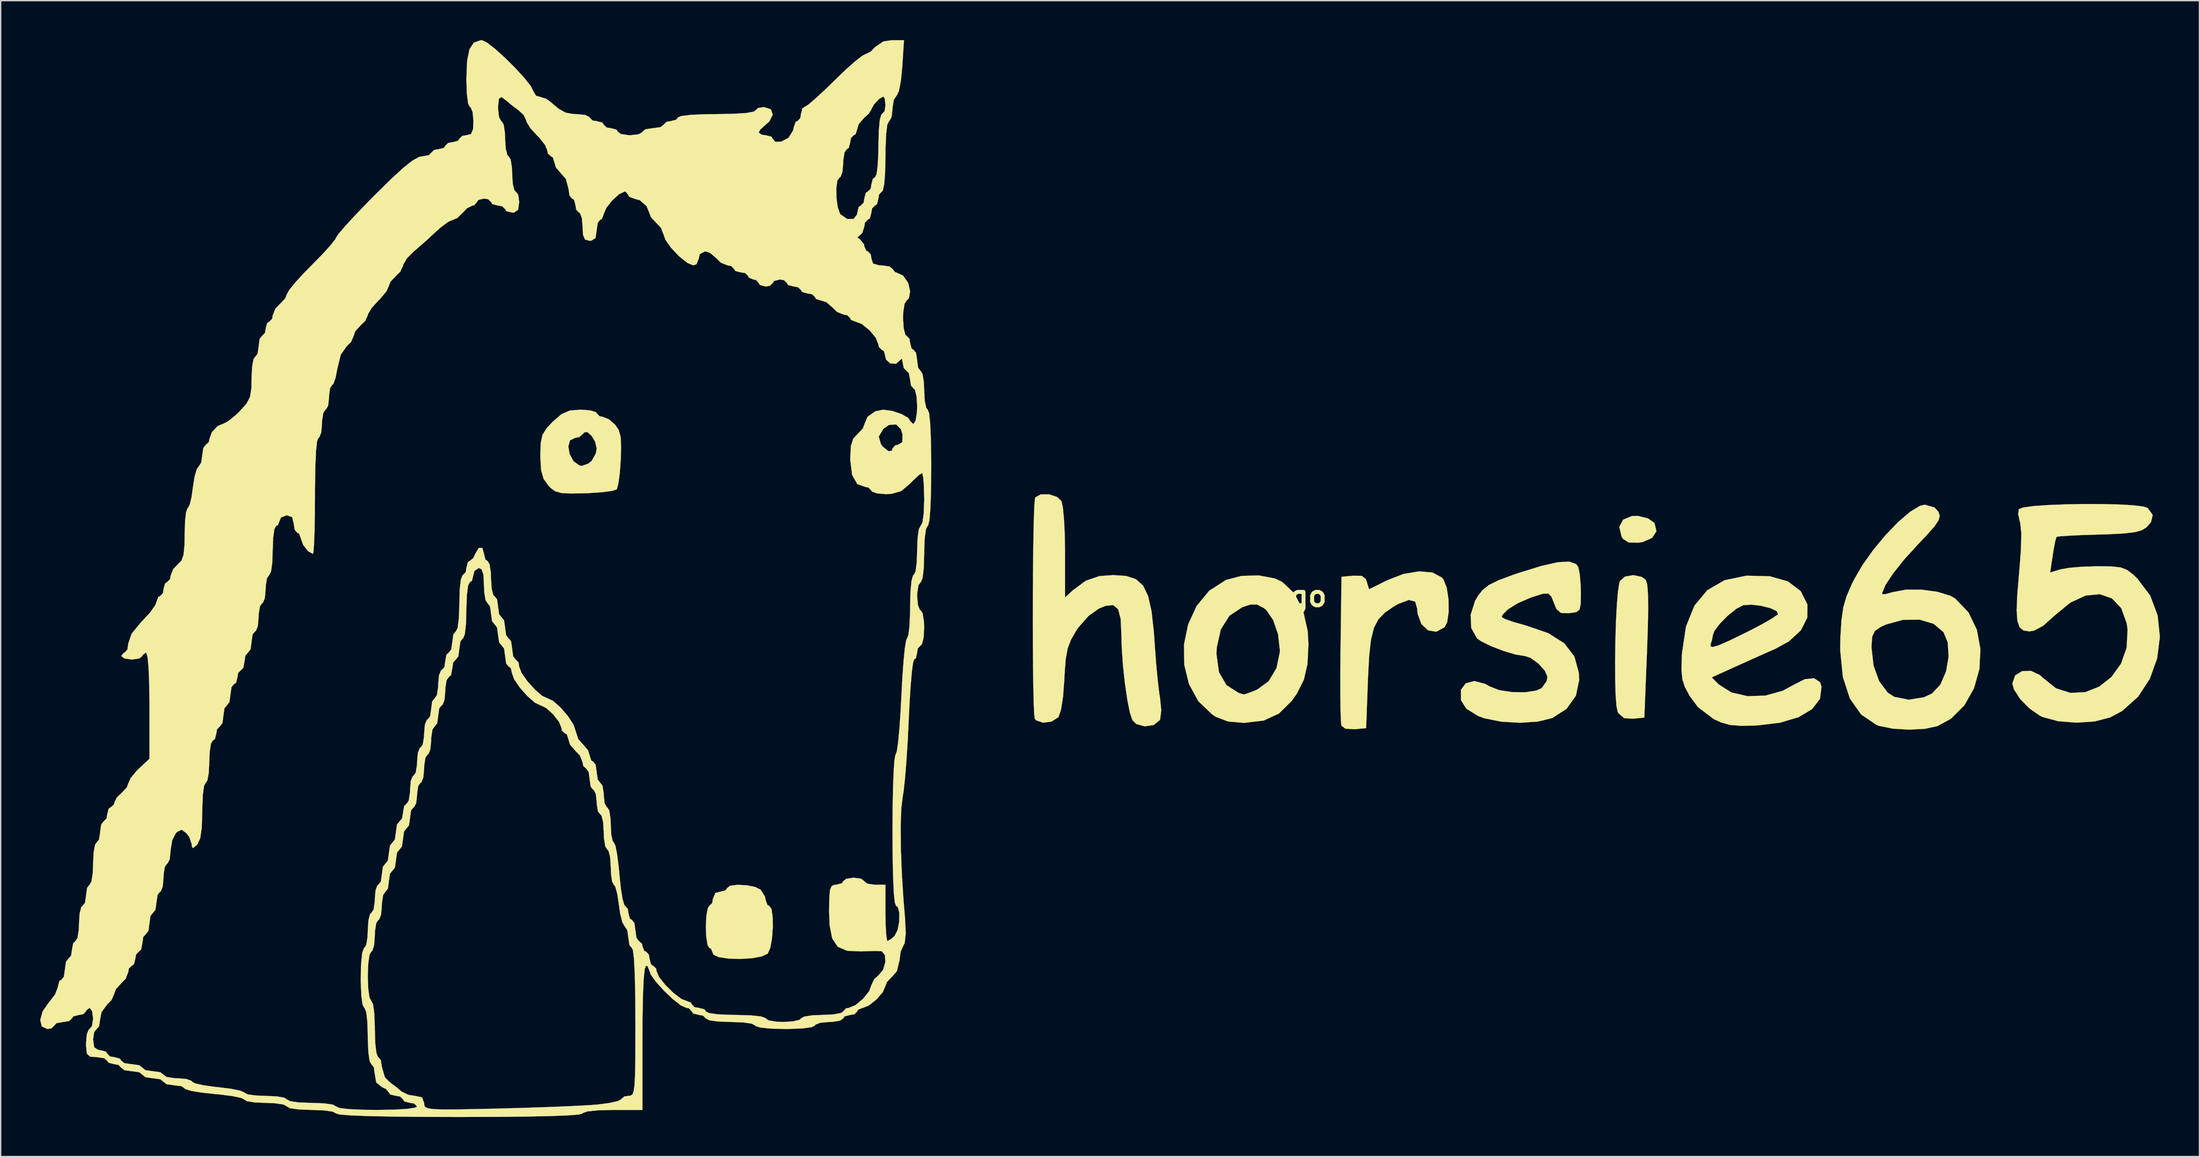
<source format=kicad_pcb>
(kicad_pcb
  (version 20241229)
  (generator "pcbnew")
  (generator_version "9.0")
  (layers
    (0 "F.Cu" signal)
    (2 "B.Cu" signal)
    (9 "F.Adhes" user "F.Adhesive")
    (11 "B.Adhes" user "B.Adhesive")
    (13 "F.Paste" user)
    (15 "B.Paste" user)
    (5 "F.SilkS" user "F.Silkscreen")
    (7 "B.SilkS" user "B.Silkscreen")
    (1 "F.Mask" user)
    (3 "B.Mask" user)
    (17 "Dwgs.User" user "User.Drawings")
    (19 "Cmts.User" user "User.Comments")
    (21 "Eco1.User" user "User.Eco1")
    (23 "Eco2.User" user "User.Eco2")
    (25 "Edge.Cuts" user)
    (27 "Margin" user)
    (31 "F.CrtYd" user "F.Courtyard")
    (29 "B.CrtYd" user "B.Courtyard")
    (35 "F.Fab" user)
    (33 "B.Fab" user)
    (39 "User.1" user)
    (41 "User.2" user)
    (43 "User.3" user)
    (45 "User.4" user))
  (footprint "logo"
    (layer "F.Cu")
    (at 95.191 42.249)
    (property "Reference" "logo" (at 0 0 0) (layer "F.SilkS") (effects (font (size 1.524 1.524) (thickness 0.3))))
    (attr through_hole)
    (fp_poly (pts (xy 26.889 -5.909) (xy 27.373 -5.555) (xy 27.377 -5.548) (xy 27.52 -4.937) (xy 27.198 -4.432) (xy 26.483 -4.115) (xy 26.126 -4.062) (xy 25.397 -4.084) (xy 24.981 -4.359) (xy 24.873 -4.53) (xy 24.701 -5.261) (xy 24.984 -5.81) (xy 25.652 -6.089) (xy 26.126 -6.098) (xy 26.889 -5.909)) (stroke (width 0.01) (type solid)) (fill yes) (layer "F.SilkS"))
    (fp_poly (pts (xy 26.395 -1.469) (xy 26.706 -1.241) (xy 26.816 -0.912) (xy 26.878 -0.218) (xy 26.895 0.884) (xy 26.866 2.437) (xy 26.805 4.174) (xy 26.603 9.224) (xy 25.752 9.307) (xy 25.064 9.266) (xy 24.649 8.907) (xy 24.577 8.784) (xy 24.483 8.329) (xy 24.42 7.454) (xy 24.387 6.27) (xy 24.382 4.889) (xy 24.402 3.425) (xy 24.446 1.989) (xy 24.513 0.695) (xy 24.599 -0.346) (xy 24.705 -1.021) (xy 24.74 -1.136) (xy 25.124 -1.486) (xy 25.755 -1.601) (xy 26.395 -1.469)) (stroke (width 0.01) (type solid)) (fill yes) (layer "F.SilkS"))
    (fp_poly (pts (xy -41.555 21.963) (xy -40.898 22.096) (xy -40.487 22.306) (xy -40.165 22.824) (xy -40.105 23.108) (xy -39.967 23.476) (xy -39.838 23.528) (xy -39.667 23.765) (xy -39.579 24.366) (xy -39.568 25.168) (xy -39.63 26.009) (xy -39.758 26.725) (xy -39.948 27.153) (xy -39.952 27.157) (xy -40.412 27.376) (xy -41.166 27.512) (xy -42.061 27.565) (xy -42.947 27.536) (xy -43.669 27.426) (xy -44.076 27.236) (xy -44.116 27.138) (xy -44.26 26.782) (xy -44.383 26.737) (xy -44.526 26.493) (xy -44.622 25.857) (xy -44.651 25.133) (xy -44.61 24.278) (xy -44.504 23.699) (xy -44.383 23.528) (xy -44.166 23.304) (xy -44.116 22.994) (xy -43.927 22.547) (xy -43.581 22.459) (xy -43.147 22.347) (xy -43.046 22.192) (xy -42.818 22.003) (xy -42.258 21.93) (xy -41.555 21.963)) (stroke (width 0.01) (type solid)) (fill yes) (layer "F.SilkS"))
    (fp_poly (pts (xy 10.514 -1.797) (xy 11.23 -1.418) (xy 11.348 -1.277) (xy 11.601 -0.642) (xy 11.736 0.245) (xy 11.749 1.182) (xy 11.634 1.967) (xy 11.443 2.353) (xy 10.811 2.701) (xy 10.185 2.598) (xy 9.673 2.117) (xy 9.386 1.33) (xy 9.358 0.953) (xy 9.201 0.409) (xy 8.726 0.286) (xy 7.929 0.584) (xy 7.568 0.79) (xy 6.898 1.252) (xy 6.41 1.76) (xy 6.072 2.408) (xy 5.851 3.291) (xy 5.713 4.507) (xy 5.624 6.149) (xy 5.615 6.403) (xy 5.481 10.026) (xy 4.61 10.11) (xy 3.901 10.067) (xy 3.602 9.836) (xy 3.564 9.469) (xy 3.537 8.655) (xy 3.522 7.477) (xy 3.52 6.024) (xy 3.532 4.381) (xy 3.537 4.003) (xy 3.609 -1.471) (xy 4.499 -1.556) (xy 5.147 -1.546) (xy 5.457 -1.297) (xy 5.532 -1.088) (xy 5.662 -0.648) (xy 5.713 -0.536) (xy 5.949 -0.646) (xy 6.521 -0.93) (xy 7.064 -1.204) (xy 8.311 -1.689) (xy 9.501 -1.887) (xy 10.514 -1.797)) (stroke (width 0.01) (type solid)) (fill yes) (layer "F.SilkS"))
    (fp_poly (pts (xy -1.481 -1.353) (xy -0.905 -1.095) (xy 0.019 -0.229) (xy 0.679 1.039) (xy 1.041 2.63) (xy 1.101 3.654) (xy 1.025 5.166) (xy 0.75 6.355) (xy 0.218 7.409) (xy -0.166 7.953) (xy -1.133 8.912) (xy -2.302 9.452) (xy -3.787 9.625) (xy -3.824 9.625) (xy -5.003 9.522) (xy -5.922 9.172) (xy -6.177 9.013) (xy -7.255 7.988) (xy -7.969 6.684) (xy -8.33 5.205) (xy -8.338 4.415) (xy -5.882 4.415) (xy -5.693 5.773) (xy -5.128 6.755) (xy -4.192 7.356) (xy -3.801 7.469) (xy -3.532 7.388) (xy -2.957 7.164) (xy -2.789 7.095) (xy -1.926 6.463) (xy -1.328 5.469) (xy -1.074 4.256) (xy -1.071 4.086) (xy -1.209 2.889) (xy -1.575 1.82) (xy -2.102 1.051) (xy -2.291 0.899) (xy -2.804 0.635) (xy -3.301 0.634) (xy -3.918 0.835) (xy -4.895 1.48) (xy -5.553 2.521) (xy -5.862 3.902) (xy -5.882 4.415) (xy -8.338 4.415) (xy -8.346 3.653) (xy -8.029 2.13) (xy -7.388 0.741) (xy -6.435 -0.412) (xy -5.179 -1.226) (xy -5.155 -1.236) (xy -3.981 -1.541) (xy -2.679 -1.578) (xy -1.481 -1.353)) (stroke (width 0.01) (type solid)) (fill yes) (layer "F.SilkS"))
    (fp_poly (pts (xy -53.43 -14.118) (xy -52.996 -13.984) (xy -52.939 -13.903) (xy -52.72 -13.672) (xy -52.502 -13.636) (xy -52.021 -13.447) (xy -51.542 -13.034) (xy -51.27 -12.636) (xy -51.125 -12.13) (xy -51.083 -11.369) (xy -51.111 -10.382) (xy -51.182 -9.373) (xy -51.287 -8.576) (xy -51.404 -8.138) (xy -51.425 -8.109) (xy -51.78 -7.998) (xy -52.527 -7.9) (xy -53.523 -7.832) (xy -53.83 -7.82) (xy -54.929 -7.8) (xy -55.635 -7.84) (xy -56.09 -7.971) (xy -56.433 -8.223) (xy -56.615 -8.412) (xy -56.975 -8.924) (xy -57.159 -9.568) (xy -57.216 -10.529) (xy -57.217 -10.694) (xy -57.197 -11.373) (xy -55.093 -11.373) (xy -54.991 -10.792) (xy -54.698 -10.259) (xy -54.252 -9.937) (xy -54.056 -9.903) (xy -53.586 -10.068) (xy -53.321 -10.275) (xy -53.002 -10.852) (xy -52.939 -11.229) (xy -53.059 -11.742) (xy -53.34 -12.204) (xy -53.663 -12.479) (xy -53.909 -12.433) (xy -53.942 -12.363) (xy -54.267 -12.086) (xy -54.565 -12.032) (xy -54.964 -11.84) (xy -55.093 -11.373) (xy -57.197 -11.373) (xy -57.189 -11.638) (xy -57.055 -12.259) (xy -56.737 -12.767) (xy -56.29 -13.244) (xy -55.61 -13.836) (xy -54.976 -14.107) (xy -54.151 -14.171) (xy -53.43 -14.118)) (stroke (width 0.01) (type solid)) (fill yes) (layer "F.SilkS"))
    (fp_poly (pts (xy 36.135 -1.511) (xy 37.493 -1.127) (xy 38.444 -0.411) (xy 38.497 -0.346) (xy 38.985 0.636) (xy 38.973 1.637) (xy 38.488 2.595) (xy 37.557 3.449) (xy 36.569 3.989) (xy 35.733 4.359) (xy 34.648 4.844) (xy 33.573 5.329) (xy 31.719 6.171) (xy 32.262 6.714) (xy 33.214 7.316) (xy 34.44 7.596) (xy 35.789 7.554) (xy 37.107 7.186) (xy 37.883 6.767) (xy 38.779 6.308) (xy 39.492 6.234) (xy 39.945 6.542) (xy 40.055 6.871) (xy 39.941 7.791) (xy 39.347 8.573) (xy 38.318 9.19) (xy 36.899 9.615) (xy 35.159 9.822) (xy 33.975 9.852) (xy 33.133 9.788) (xy 32.447 9.602) (xy 31.876 9.343) (xy 30.68 8.438) (xy 30.038 7.575) (xy 29.682 6.908) (xy 29.487 6.309) (xy 29.421 5.592) (xy 29.449 4.57) (xy 29.464 4.3) (xy 29.538 3.812) (xy 31.624 3.812) (xy 31.807 3.863) (xy 32.26 3.727) (xy 33.044 3.383) (xy 34.218 2.811) (xy 34.712 2.563) (xy 35.621 2.084) (xy 36.335 1.667) (xy 36.723 1.39) (xy 36.751 1.356) (xy 36.644 1.13) (xy 36.166 0.909) (xy 35.478 0.734) (xy 34.744 0.645) (xy 34.126 0.683) (xy 34.102 0.689) (xy 33.578 0.963) (xy 32.94 1.478) (xy 32.337 2.087) (xy 31.919 2.644) (xy 31.817 2.928) (xy 31.729 3.366) (xy 31.653 3.593) (xy 31.624 3.812) (xy 29.538 3.812) (xy 29.763 2.308) (xy 30.403 0.723) (xy 31.38 -0.453) (xy 32.69 -1.213) (xy 34.328 -1.554) (xy 34.386 -1.558) (xy 36.135 -1.511)) (stroke (width 0.01) (type solid)) (fill yes) (layer "F.SilkS"))
    (fp_poly (pts (xy -17.972 -7.533) (xy -17.656 -7.237) (xy -17.55 -6.78) (xy -17.463 -5.911) (xy -17.403 -4.75) (xy -17.379 -3.419) (xy -17.379 -3.313) (xy -17.379 0.093) (xy -16.777 -0.455) (xy -15.806 -1.174) (xy -14.779 -1.526) (xy -13.713 -1.604) (xy -12.737 -1.537) (xy -11.997 -1.293) (xy -11.455 -0.806) (xy -11.072 -0.012) (xy -10.811 1.154) (xy -10.634 2.757) (xy -10.565 3.743) (xy -10.468 5.066) (xy -10.35 6.326) (xy -10.23 7.343) (xy -10.166 7.75) (xy -10.073 8.672) (xy -10.159 9.342) (xy -10.194 9.421) (xy -10.654 9.791) (xy -11.327 9.889) (xy -11.966 9.714) (xy -12.267 9.418) (xy -12.463 8.821) (xy -12.659 7.829) (xy -12.839 6.583) (xy -12.985 5.221) (xy -13.077 3.883) (xy -13.101 2.954) (xy -13.155 1.736) (xy -13.347 0.994) (xy -13.718 0.677) (xy -14.312 0.737) (xy -14.812 0.941) (xy -15.6 1.507) (xy -16.364 2.374) (xy -16.538 2.632) (xy -16.928 3.311) (xy -17.176 3.958) (xy -17.323 4.741) (xy -17.409 5.83) (xy -17.433 6.326) (xy -17.529 7.623) (xy -17.679 8.602) (xy -17.867 9.163) (xy -17.894 9.2) (xy -18.411 9.529) (xy -19.055 9.612) (xy -19.576 9.434) (xy -19.672 9.324) (xy -19.719 8.989) (xy -19.756 8.199) (xy -19.786 7.035) (xy -19.808 5.578) (xy -19.821 3.909) (xy -19.827 2.107) (xy -19.825 0.253) (xy -19.815 -1.572) (xy -19.798 -3.288) (xy -19.774 -4.815) (xy -19.742 -6.072) (xy -19.704 -6.978) (xy -19.658 -7.453) (xy -19.644 -7.499) (xy -19.225 -7.739) (xy -18.587 -7.739) (xy -17.972 -7.533)) (stroke (width 0.01) (type solid)) (fill yes) (layer "F.SilkS"))
    (fp_poly (pts (xy 48.63 -6.746) (xy 48.935 -6.405) (xy 49.028 -6.11) (xy 48.946 -5.773) (xy 48.632 -5.307) (xy 48.03 -4.623) (xy 47.373 -3.932) (xy 46.334 -2.788) (xy 45.495 -1.736) (xy 44.916 -0.86) (xy 44.658 -0.245) (xy 44.651 -0.161) (xy 44.869 -0.147) (xy 45.402 -0.29) (xy 45.467 -0.312) (xy 46.458 -0.497) (xy 47.657 -0.497) (xy 48.856 -0.333) (xy 49.847 -0.026) (xy 50.202 0.176) (xy 51.214 1.234) (xy 51.848 2.55) (xy 52.119 4.019) (xy 52.042 5.536) (xy 51.632 6.995) (xy 50.902 8.292) (xy 49.869 9.32) (xy 48.844 9.876) (xy 47.903 10.078) (xy 46.696 10.14) (xy 45.461 10.065) (xy 44.44 9.86) (xy 44.227 9.78) (xy 43.057 8.987) (xy 42.206 7.772) (xy 41.676 6.145) (xy 41.473 4.118) (xy 41.476 3.878) (xy 43.848 3.878) (xy 44.003 5.27) (xy 44.43 6.458) (xy 45.075 7.322) (xy 45.561 7.643) (xy 46.672 7.867) (xy 47.848 7.675) (xy 48.452 7.388) (xy 49.078 6.719) (xy 49.507 5.726) (xy 49.705 4.596) (xy 49.636 3.515) (xy 49.32 2.741) (xy 48.566 2.102) (xy 47.502 1.782) (xy 46.257 1.793) (xy 44.959 2.146) (xy 44.584 2.317) (xy 44.115 2.63) (xy 43.901 3.069) (xy 43.848 3.831) (xy 43.848 3.878) (xy 41.476 3.878) (xy 41.487 3.125) (xy 41.568 1.82) (xy 41.709 0.845) (xy 41.957 -0.003) (xy 42.358 -0.929) (xy 42.489 -1.198) (xy 43.148 -2.343) (xy 43.988 -3.525) (xy 44.929 -4.655) (xy 45.887 -5.648) (xy 46.781 -6.414) (xy 47.528 -6.867) (xy 47.884 -6.952) (xy 48.63 -6.746)) (stroke (width 0.01) (type solid)) (fill yes) (layer "F.SilkS"))
    (fp_poly (pts (xy 21.421 -2.443) (xy 21.591 -2.206) (xy 21.696 -1.682) (xy 21.767 -0.848) (xy 21.783 -0.267) (xy 21.774 0.575) (xy 21.684 1.021) (xy 21.435 1.211) (xy 20.949 1.284) (xy 20.914 1.288) (xy 20.279 1.279) (xy 19.937 0.992) (xy 19.751 0.552) (xy 19.549 0.035) (xy 19.311 -0.2) (xy 18.894 -0.184) (xy 18.154 0.049) (xy 17.894 0.141) (xy 16.986 0.537) (xy 16.253 0.995) (xy 15.829 1.422) (xy 15.775 1.586) (xy 16.013 1.729) (xy 16.642 1.951) (xy 17.53 2.205) (xy 17.634 2.232) (xy 19.322 2.815) (xy 20.529 3.586) (xy 21.288 4.579) (xy 21.63 5.824) (xy 21.657 6.368) (xy 21.406 7.563) (xy 20.697 8.56) (xy 19.615 9.257) (xy 18.529 9.528) (xy 17.162 9.619) (xy 15.734 9.535) (xy 14.465 9.281) (xy 13.979 9.102) (xy 13.092 8.554) (xy 12.684 7.918) (xy 12.68 7.901) (xy 12.674 7.115) (xy 13.046 6.615) (xy 13.695 6.448) (xy 14.52 6.663) (xy 14.858 6.855) (xy 15.575 7.136) (xy 16.54 7.286) (xy 17.551 7.3) (xy 18.404 7.171) (xy 18.819 6.977) (xy 19.179 6.462) (xy 19.251 6.136) (xy 19.043 5.653) (xy 18.547 5.11) (xy 17.956 4.684) (xy 17.525 4.545) (xy 16.834 4.437) (xy 15.913 4.163) (xy 14.968 3.798) (xy 14.202 3.42) (xy 13.888 3.194) (xy 13.459 2.412) (xy 13.415 1.415) (xy 13.751 0.353) (xy 13.972 -0.027) (xy 14.336 -0.485) (xy 14.811 -0.855) (xy 15.515 -1.204) (xy 16.568 -1.598) (xy 17.114 -1.783) (xy 18.796 -2.302) (xy 20.045 -2.582) (xy 20.906 -2.627) (xy 21.421 -2.443)) (stroke (width 0.01) (type solid)) (fill yes) (layer "F.SilkS"))
    (fp_poly (pts (xy 61.326 -6.999) (xy 62.627 -6.968) (xy 63.715 -6.906) (xy 64.483 -6.814) (xy 64.809 -6.707) (xy 65.198 -6.176) (xy 65.07 -5.62) (xy 64.721 -5.23) (xy 64.385 -5.016) (xy 63.865 -4.868) (xy 63.06 -4.77) (xy 61.872 -4.706) (xy 61.096 -4.683) (xy 59.867 -4.644) (xy 58.851 -4.597) (xy 58.157 -4.549) (xy 57.895 -4.507) (xy 57.805 -4.21) (xy 57.679 -3.558) (xy 57.607 -3.104) (xy 57.412 -1.796) (xy 58.183 -2.034) (xy 58.829 -2.151) (xy 59.808 -2.236) (xy 60.917 -2.272) (xy 61.012 -2.273) (xy 62.069 -2.26) (xy 62.759 -2.186) (xy 63.248 -2) (xy 63.704 -1.651) (xy 64.031 -1.341) (xy 65.008 -0.047) (xy 65.572 1.462) (xy 65.742 3.085) (xy 65.538 4.723) (xy 64.981 6.275) (xy 64.088 7.642) (xy 62.88 8.723) (xy 61.971 9.21) (xy 60.792 9.518) (xy 59.396 9.612) (xy 58.005 9.498) (xy 56.841 9.18) (xy 56.637 9.083) (xy 55.829 8.521) (xy 55.126 7.8) (xy 54.659 7.074) (xy 54.543 6.63) (xy 54.754 6.024) (xy 55.28 5.696) (xy 55.961 5.676) (xy 56.639 5.995) (xy 56.841 6.186) (xy 57.854 6.998) (xy 58.959 7.35) (xy 60.079 7.291) (xy 61.141 6.87) (xy 62.069 6.136) (xy 62.786 5.137) (xy 63.219 3.922) (xy 63.292 2.54) (xy 63.225 2.06) (xy 62.807 0.909) (xy 62.104 0.169) (xy 61.182 -0.152) (xy 60.106 -0.048) (xy 58.943 0.489) (xy 57.758 1.464) (xy 56.883 2.249) (xy 56.178 2.623) (xy 55.829 2.674) (xy 55.391 2.607) (xy 55.093 2.362) (xy 54.923 1.867) (xy 54.869 1.053) (xy 54.919 -0.15) (xy 55.061 -1.812) (xy 55.062 -1.818) (xy 55.194 -3.516) (xy 55.222 -4.772) (xy 55.146 -5.549) (xy 55.113 -5.657) (xy 54.982 -6.258) (xy 55.035 -6.614) (xy 55.37 -6.742) (xy 56.133 -6.845) (xy 57.217 -6.924) (xy 58.515 -6.976) (xy 59.92 -7.002) (xy 61.326 -6.999)) (stroke (width 0.01) (type solid)) (fill yes) (layer "F.SilkS"))
    (fp_poly (pts (xy -29.74 -40.184) (xy -29.844 -39.137) (xy -29.991 -38.38) (xy -30.16 -38.031) (xy -30.176 -38.023) (xy -30.381 -37.715) (xy -30.479 -37.096) (xy -30.48 -37.008) (xy -30.549 -36.399) (xy -30.717 -36.101) (xy -30.747 -36.095) (xy -30.872 -35.841) (xy -30.961 -35.129) (xy -31.009 -34.038) (xy -31.015 -33.421) (xy -31.04 -32.179) (xy -31.111 -31.281) (xy -31.22 -30.804) (xy -31.282 -30.747) (xy -31.499 -30.523) (xy -31.549 -30.213) (xy -31.661 -29.778) (xy -31.817 -29.678) (xy -32.034 -29.454) (xy -32.084 -29.143) (xy -32.196 -28.709) (xy -32.352 -28.608) (xy -32.572 -28.385) (xy -32.619 -28.096) (xy -32.773 -27.593) (xy -32.953 -27.428) (xy -33.15 -27.252) (xy -32.953 -27.116) (xy -32.645 -26.74) (xy -32.619 -26.581) (xy -32.467 -26.24) (xy -32.352 -26.202) (xy -32.134 -25.978) (xy -32.084 -25.667) (xy -31.958 -25.276) (xy -31.489 -25.138) (xy -31.282 -25.133) (xy -30.719 -25.055) (xy -30.48 -24.869) (xy -30.48 -24.865) (xy -30.274 -24.609) (xy -30.194 -24.598) (xy -29.678 -24.363) (xy -29.281 -23.789) (xy -29.143 -23.146) (xy -29.232 -22.635) (xy -29.411 -22.459) (xy -29.563 -22.218) (xy -29.66 -21.604) (xy -29.678 -21.122) (xy -29.63 -20.36) (xy -29.507 -19.875) (xy -29.411 -19.785) (xy -29.193 -19.561) (xy -29.143 -19.251) (xy -29.031 -18.816) (xy -28.876 -18.716) (xy -28.688 -18.483) (xy -28.608 -17.924) (xy -28.608 -17.914) (xy -28.531 -17.351) (xy -28.344 -17.112) (xy -28.341 -17.112) (xy -28.195 -16.87) (xy -28.098 -16.246) (xy -28.074 -15.641) (xy -28.03 -14.836) (xy -27.916 -14.302) (xy -27.806 -14.171) (xy -27.701 -13.91) (xy -27.62 -13.156) (xy -27.566 -11.947) (xy -27.54 -10.326) (xy -27.539 -9.759) (xy -27.555 -8.02) (xy -27.6 -6.682) (xy -27.674 -5.786) (xy -27.772 -5.372) (xy -27.806 -5.347) (xy -27.939 -5.097) (xy -28.032 -4.414) (xy -28.073 -3.4) (xy -28.074 -3.208) (xy -28.105 -2.149) (xy -28.19 -1.405) (xy -28.317 -1.077) (xy -28.341 -1.069) (xy -28.508 -0.832) (xy -28.602 -0.24) (xy -28.608 0) (xy -28.549 0.67) (xy -28.401 1.042) (xy -28.341 1.069) (xy -28.189 1.31) (xy -28.092 1.925) (xy -28.074 2.406) (xy -28.122 3.169) (xy -28.245 3.653) (xy -28.341 3.743) (xy -28.558 3.967) (xy -28.608 4.278) (xy -28.703 4.713) (xy -28.835 4.813) (xy -28.919 5.065) (xy -29.012 5.766) (xy -29.104 6.829) (xy -29.189 8.167) (xy -29.248 9.399) (xy -29.326 11.017) (xy -29.424 12.545) (xy -29.532 13.862) (xy -29.639 14.846) (xy -29.706 15.255) (xy -29.813 16.147) (xy -29.859 17.471) (xy -29.845 19.126) (xy -29.774 21.014) (xy -29.648 23.034) (xy -29.531 24.427) (xy -29.473 25.614) (xy -29.552 26.353) (xy -29.654 26.552) (xy -29.863 27.012) (xy -29.945 27.667) (xy -30.146 28.493) (xy -30.48 28.876) (xy -30.894 29.306) (xy -31.015 29.615) (xy -31.216 30.086) (xy -31.697 30.641) (xy -32.272 31.099) (xy -32.74 31.282) (xy -33.104 31.423) (xy -33.154 31.549) (xy -33.378 31.767) (xy -33.688 31.817) (xy -34.123 31.929) (xy -34.223 32.084) (xy -34.46 32.252) (xy -35.053 32.345) (xy -35.293 32.352) (xy -35.962 32.411) (xy -36.335 32.559) (xy -36.362 32.619) (xy -36.613 32.749) (xy -37.305 32.841) (xy -38.342 32.884) (xy -38.635 32.886) (xy -39.741 32.857) (xy -40.525 32.775) (xy -40.892 32.653) (xy -40.907 32.619) (xy -41.155 32.482) (xy -41.817 32.387) (xy -42.777 32.352) (xy -42.779 32.352) (xy -43.739 32.316) (xy -44.402 32.222) (xy -44.651 32.084) (xy -44.651 32.084) (xy -44.874 31.867) (xy -45.185 31.817) (xy -45.62 31.705) (xy -45.72 31.549) (xy -45.937 31.313) (xy -46.128 31.282) (xy -46.55 31.092) (xy -47.164 30.61) (xy -47.839 29.968) (xy -48.442 29.298) (xy -48.841 28.734) (xy -48.928 28.482) (xy -49.071 28.121) (xy -49.196 28.074) (xy -49.293 28.336) (xy -49.37 29.102) (xy -49.425 30.343) (xy -49.456 32.028) (xy -49.463 33.555) (xy -49.463 39.036) (xy -51.736 39.036) (xy -52.843 39.065) (xy -53.626 39.147) (xy -53.993 39.269) (xy -54.008 39.303) (xy -54.273 39.382) (xy -55.059 39.448) (xy -56.35 39.5) (xy -58.133 39.538) (xy -60.394 39.562) (xy -63.118 39.57) (xy -63.366 39.571) (xy -66.129 39.563) (xy -68.429 39.541) (xy -70.252 39.504) (xy -71.585 39.453) (xy -72.413 39.388) (xy -72.722 39.31) (xy -72.724 39.303) (xy -72.972 39.166) (xy -73.634 39.071) (xy -74.594 39.036) (xy -74.596 39.036) (xy -75.556 39) (xy -76.219 38.906) (xy -76.467 38.769) (xy -76.467 38.768) (xy -76.711 38.626) (xy -77.347 38.529) (xy -78.072 38.501) (xy -78.918 38.464) (xy -79.499 38.368) (xy -79.676 38.258) (xy -79.922 38.127) (xy -80.58 37.988) (xy -81.527 37.864) (xy -81.948 37.825) (xy -82.975 37.714) (xy -83.76 37.58) (xy -84.182 37.447) (xy -84.221 37.4) (xy -84.454 37.234) (xy -85.014 37.164) (xy -85.023 37.164) (xy -85.586 37.087) (xy -85.825 36.9) (xy -85.825 36.897) (xy -86.058 36.709) (xy -86.617 36.629) (xy -86.627 36.629) (xy -87.191 36.552) (xy -87.429 36.365) (xy -87.429 36.362) (xy -87.662 36.174) (xy -88.222 36.095) (xy -88.232 36.095) (xy -88.795 36.017) (xy -89.034 35.831) (xy -89.034 35.827) (xy -89.258 35.61) (xy -89.568 35.56) (xy -90.003 35.448) (xy -90.103 35.293) (xy -90.335 35.105) (xy -90.895 35.025) (xy -90.905 35.025) (xy -91.42 34.983) (xy -91.648 34.754) (xy -91.706 34.185) (xy -91.707 33.956) (xy -91.684 33.688) (xy -91.173 33.688) (xy -91.089 34.276) (xy -90.776 34.482) (xy -90.638 34.491) (xy -90.203 34.602) (xy -90.103 34.758) (xy -89.879 34.975) (xy -89.568 35.025) (xy -89.134 35.137) (xy -89.034 35.293) (xy -88.801 35.48) (xy -88.242 35.56) (xy -88.232 35.56) (xy -87.668 35.637) (xy -87.43 35.824) (xy -87.429 35.827) (xy -87.197 36.015) (xy -86.637 36.095) (xy -86.627 36.095) (xy -86.064 36.172) (xy -85.825 36.359) (xy -85.825 36.362) (xy -85.588 36.53) (xy -84.996 36.623) (xy -84.756 36.629) (xy -84.086 36.684) (xy -83.714 36.819) (xy -83.686 36.874) (xy -83.441 37.014) (xy -82.793 37.161) (xy -81.872 37.288) (xy -81.681 37.306) (xy -80.723 37.425) (xy -80.015 37.568) (xy -79.685 37.707) (xy -79.676 37.73) (xy -79.433 37.855) (xy -78.802 37.94) (xy -78.072 37.966) (xy -77.217 38.007) (xy -76.638 38.113) (xy -76.467 38.234) (xy -76.22 38.371) (xy -75.557 38.466) (xy -74.598 38.501) (xy -74.596 38.501) (xy -73.636 38.536) (xy -72.972 38.631) (xy -72.724 38.768) (xy -72.724 38.768) (xy -72.468 38.887) (xy -71.742 38.975) (xy -70.611 39.025) (xy -69.649 39.036) (xy -68.281 39.014) (xy -67.275 38.95) (xy -66.694 38.852) (xy -66.575 38.768) (xy -66.799 38.551) (xy -67.109 38.501) (xy -67.544 38.389) (xy -67.644 38.234) (xy -67.868 38.016) (xy -68.179 37.966) (xy -68.614 37.862) (xy -68.714 37.717) (xy -68.934 37.445) (xy -69.248 37.298) (xy -69.675 36.947) (xy -69.783 36.344) (xy -69.862 35.789) (xy -70.051 35.56) (xy -70.183 35.31) (xy -70.276 34.627) (xy -70.317 33.612) (xy -70.318 33.421) (xy -70.349 32.362) (xy -70.435 31.617) (xy -70.561 31.289) (xy -70.585 31.282) (xy -70.715 31.031) (xy -70.808 30.339) (xy -70.851 29.302) (xy -70.853 29.009) (xy -70.849 28.876) (xy -70.318 28.876) (xy -70.283 29.836) (xy -70.188 30.499) (xy -70.051 30.747) (xy -70.051 30.747) (xy -69.918 30.998) (xy -69.825 31.68) (xy -69.784 32.695) (xy -69.783 32.886) (xy -69.752 33.946) (xy -69.667 34.69) (xy -69.54 35.018) (xy -69.516 35.025) (xy -69.323 35.256) (xy -69.248 35.768) (xy -69.021 36.547) (xy -68.681 36.905) (xy -68.097 37.345) (xy -67.764 37.632) (xy -67.238 37.891) (xy -66.728 37.966) (xy -66.196 38.082) (xy -66.04 38.494) (xy -66.04 38.516) (xy -66.025 38.697) (xy -65.935 38.831) (xy -65.702 38.924) (xy -65.261 38.978) (xy -64.545 39.001) (xy -63.485 38.996) (xy -62.016 38.968) (xy -60.358 38.93) (xy -58.535 38.88) (xy -56.77 38.821) (xy -55.179 38.758) (xy -53.876 38.694) (xy -52.974 38.634) (xy -52.872 38.625) (xy -51.969 38.507) (xy -51.322 38.359) (xy -51.067 38.214) (xy -51.067 38.211) (xy -50.843 38.012) (xy -50.533 37.966) (xy -50.355 37.946) (xy -50.222 37.84) (xy -50.126 37.582) (xy -50.063 37.104) (xy -50.025 36.339) (xy -50.005 35.219) (xy -49.999 33.677) (xy -49.998 32.352) (xy -50.01 30.325) (xy -50.047 28.722) (xy -50.106 27.572) (xy -50.187 26.904) (xy -50.265 26.737) (xy -50.455 26.505) (xy -50.533 25.957) (xy -50.618 25.369) (xy -50.813 25.084) (xy -50.99 24.788) (xy -51.157 24.12) (xy -51.251 23.457) (xy -51.373 22.633) (xy -51.524 22.077) (xy -51.64 21.924) (xy -51.771 21.684) (xy -51.854 21.069) (xy -51.869 20.587) (xy -51.918 19.825) (xy -52.041 19.341) (xy -52.137 19.251) (xy -52.289 19.01) (xy -52.386 18.395) (xy -52.404 17.914) (xy -52.452 17.151) (xy -52.575 16.667) (xy -52.672 16.577) (xy -52.848 16.342) (xy -52.937 15.764) (xy -52.939 15.641) (xy -53.006 15.023) (xy -53.171 14.713) (xy -53.206 14.705) (xy -53.394 14.473) (xy -53.474 13.913) (xy -53.474 13.903) (xy -53.551 13.34) (xy -53.738 13.101) (xy -53.741 13.101) (xy -53.967 12.88) (xy -54.008 12.625) (xy -54.21 12.108) (xy -54.543 11.764) (xy -54.961 11.284) (xy -55.078 10.903) (xy -55.202 10.502) (xy -55.345 10.427) (xy -55.58 10.21) (xy -55.613 10.014) (xy -55.798 9.551) (xy -56.24 8.985) (xy -56.766 8.502) (xy -57.202 8.289) (xy -57.214 8.288) (xy -57.639 8.087) (xy -58.206 7.587) (xy -58.774 6.946) (xy -59.203 6.319) (xy -59.356 5.891) (xy -59.466 5.452) (xy -59.623 5.347) (xy -59.811 5.115) (xy -59.891 4.555) (xy -59.891 4.545) (xy -59.968 3.982) (xy -60.155 3.743) (xy -60.158 3.743) (xy -60.346 3.511) (xy -60.425 2.951) (xy -60.425 2.941) (xy -60.503 2.378) (xy -60.689 2.139) (xy -60.693 2.139) (xy -60.88 1.907) (xy -60.96 1.347) (xy -60.96 1.337) (xy -61.037 0.774) (xy -61.224 0.535) (xy -61.227 0.535) (xy -61.38 0.294) (xy -61.477 -0.321) (xy -61.495 -0.802) (xy -61.538 -1.643) (xy -61.686 -2.053) (xy -61.896 -2.139) (xy -62.222 -1.916) (xy -62.297 -1.604) (xy -62.409 -1.17) (xy -62.564 -1.069) (xy -62.697 -0.819) (xy -62.79 -0.136) (xy -62.831 0.878) (xy -62.832 1.069) (xy -62.863 2.129) (xy -62.948 2.873) (xy -63.075 3.201) (xy -63.099 3.208) (xy -63.287 3.441) (xy -63.366 4.001) (xy -63.366 4.011) (xy -63.444 4.574) (xy -63.63 4.813) (xy -63.634 4.813) (xy -63.835 5.041) (xy -63.901 5.481) (xy -63.993 5.984) (xy -64.168 6.149) (xy -64.336 6.387) (xy -64.429 6.979) (xy -64.436 7.219) (xy -64.495 7.889) (xy -64.643 8.261) (xy -64.703 8.288) (xy -64.891 8.521) (xy -64.971 9.081) (xy -64.971 9.091) (xy -65.048 9.654) (xy -65.235 9.893) (xy -65.238 9.893) (xy -65.405 10.13) (xy -65.498 10.722) (xy -65.505 10.962) (xy -65.565 11.632) (xy -65.713 12.004) (xy -65.773 12.032) (xy -65.94 12.269) (xy -66.033 12.861) (xy -66.04 13.101) (xy -66.099 13.771) (xy -66.247 14.143) (xy -66.307 14.171) (xy -66.484 14.406) (xy -66.572 14.984) (xy -66.575 15.106) (xy -66.642 15.725) (xy -66.807 16.034) (xy -66.842 16.042) (xy -67.03 16.274) (xy -67.109 16.834) (xy -67.109 16.844) (xy -67.187 17.407) (xy -67.374 17.646) (xy -67.377 17.646) (xy -67.565 17.879) (xy -67.644 18.438) (xy -67.644 18.448) (xy -67.722 19.012) (xy -67.908 19.25) (xy -67.912 19.251) (xy -68.099 19.483) (xy -68.179 20.043) (xy -68.179 20.053) (xy -68.256 20.616) (xy -68.443 20.855) (xy -68.446 20.855) (xy -68.634 21.087) (xy -68.714 21.647) (xy -68.714 21.657) (xy -68.791 22.22) (xy -68.978 22.459) (xy -68.981 22.459) (xy -69.148 22.696) (xy -69.242 23.289) (xy -69.248 23.528) (xy -69.308 24.198) (xy -69.456 24.571) (xy -69.516 24.598) (xy -69.675 24.837) (xy -69.771 25.441) (xy -69.783 25.801) (xy -69.836 26.519) (xy -69.971 26.949) (xy -70.051 27.004) (xy -70.188 27.252) (xy -70.282 27.914) (xy -70.318 28.874) (xy -70.318 28.876) (xy -70.849 28.876) (xy -70.823 27.903) (xy -70.742 27.119) (xy -70.62 26.752) (xy -70.585 26.737) (xy -70.433 26.496) (xy -70.336 25.882) (xy -70.318 25.4) (xy -70.27 24.637) (xy -70.147 24.153) (xy -70.051 24.063) (xy -69.883 23.826) (xy -69.79 23.233) (xy -69.783 22.994) (xy -69.724 22.324) (xy -69.576 21.951) (xy -69.516 21.924) (xy -69.328 21.692) (xy -69.248 21.132) (xy -69.248 21.122) (xy -69.171 20.559) (xy -68.984 20.32) (xy -68.981 20.32) (xy -68.793 20.088) (xy -68.714 19.528) (xy -68.714 19.518) (xy -68.636 18.955) (xy -68.45 18.716) (xy -68.446 18.716) (xy -68.259 18.483) (xy -68.179 17.924) (xy -68.179 17.914) (xy -68.102 17.351) (xy -67.915 17.112) (xy -67.912 17.112) (xy -67.711 16.883) (xy -67.644 16.443) (xy -67.553 15.941) (xy -67.377 15.775) (xy -67.209 15.538) (xy -67.116 14.945) (xy -67.109 14.705) (xy -67.05 14.036) (xy -66.902 13.663) (xy -66.842 13.636) (xy -66.675 13.399) (xy -66.582 12.806) (xy -66.575 12.566) (xy -66.515 11.897) (xy -66.367 11.524) (xy -66.307 11.497) (xy -66.14 11.26) (xy -66.047 10.667) (xy -66.04 10.427) (xy -65.981 9.758) (xy -65.833 9.385) (xy -65.773 9.358) (xy -65.585 9.126) (xy -65.505 8.566) (xy -65.505 8.556) (xy -65.428 7.993) (xy -65.241 7.754) (xy -65.238 7.754) (xy -65.07 7.516) (xy -64.977 6.924) (xy -64.971 6.684) (xy -64.911 6.015) (xy -64.763 5.642) (xy -64.703 5.615) (xy -64.502 5.386) (xy -64.436 4.946) (xy -64.344 4.444) (xy -64.168 4.278) (xy -63.981 4.046) (xy -63.901 3.486) (xy -63.901 3.476) (xy -63.824 2.913) (xy -63.637 2.674) (xy -63.634 2.674) (xy -63.501 2.424) (xy -63.408 1.741) (xy -63.367 0.726) (xy -63.366 0.535) (xy -63.335 -0.525) (xy -63.25 -1.269) (xy -63.123 -1.597) (xy -63.099 -1.604) (xy -62.882 -1.828) (xy -62.832 -2.139) (xy -62.727 -2.574) (xy -62.582 -2.674) (xy -62.311 -2.894) (xy -62.163 -3.208) (xy -61.896 -3.666) (xy -61.625 -3.676) (xy -61.495 -3.236) (xy -61.495 -3.208) (xy -61.383 -2.774) (xy -61.227 -2.674) (xy -61.075 -2.433) (xy -60.978 -1.818) (xy -60.96 -1.337) (xy -60.912 -0.574) (xy -60.789 -0.09) (xy -60.693 0) (xy -60.505 0.232) (xy -60.425 0.792) (xy -60.425 0.802) (xy -60.348 1.365) (xy -60.161 1.604) (xy -60.158 1.604) (xy -59.97 1.837) (xy -59.891 2.396) (xy -59.891 2.406) (xy -59.813 2.97) (xy -59.626 3.208) (xy -59.623 3.208) (xy -59.435 3.441) (xy -59.356 4.001) (xy -59.356 4.011) (xy -59.278 4.574) (xy -59.092 4.813) (xy -59.088 4.813) (xy -58.872 5.037) (xy -58.821 5.356) (xy -58.641 5.831) (xy -58.196 6.465) (xy -57.623 7.101) (xy -57.064 7.582) (xy -56.682 7.754) (xy -56.241 7.959) (xy -55.671 8.471) (xy -55.107 9.131) (xy -54.686 9.782) (xy -54.543 10.226) (xy -54.337 10.861) (xy -54.008 11.229) (xy -53.591 11.71) (xy -53.474 12.091) (xy -53.349 12.492) (xy -53.206 12.566) (xy -53.019 12.799) (xy -52.939 13.358) (xy -52.939 13.368) (xy -52.862 13.932) (xy -52.675 14.17) (xy -52.672 14.171) (xy -52.495 14.406) (xy -52.407 14.984) (xy -52.404 15.106) (xy -52.337 15.725) (xy -52.172 16.034) (xy -52.137 16.042) (xy -51.984 16.283) (xy -51.888 16.897) (xy -51.869 17.379) (xy -51.828 18.142) (xy -51.72 18.626) (xy -51.637 18.716) (xy -51.515 18.963) (xy -51.384 19.625) (xy -51.264 20.583) (xy -51.215 21.122) (xy -51.107 22.181) (xy -50.975 23.002) (xy -50.84 23.467) (xy -50.78 23.528) (xy -50.579 23.753) (xy -50.533 24.063) (xy -50.421 24.498) (xy -50.265 24.598) (xy -50.078 24.83) (xy -49.998 25.39) (xy -49.998 25.4) (xy -49.92 25.963) (xy -49.734 26.202) (xy -49.731 26.202) (xy -49.493 26.419) (xy -49.463 26.603) (xy -49.319 26.959) (xy -49.196 27.004) (xy -48.979 27.228) (xy -48.928 27.539) (xy -48.816 27.973) (xy -48.661 28.074) (xy -48.425 28.291) (xy -48.394 28.484) (xy -48.199 28.939) (xy -47.719 29.545) (xy -47.104 30.15) (xy -46.51 30.601) (xy -46.13 30.747) (xy -45.768 30.889) (xy -45.72 31.015) (xy -45.496 31.232) (xy -45.185 31.282) (xy -44.751 31.394) (xy -44.651 31.549) (xy -44.399 31.68) (xy -43.708 31.772) (xy -42.671 31.815) (xy -42.378 31.817) (xy -41.271 31.846) (xy -40.487 31.928) (xy -40.121 32.05) (xy -40.105 32.084) (xy -39.865 32.237) (xy -39.25 32.334) (xy -38.768 32.352) (xy -38.006 32.303) (xy -37.522 32.181) (xy -37.432 32.084) (xy -37.188 31.942) (xy -36.552 31.845) (xy -35.827 31.817) (xy -34.973 31.776) (xy -34.394 31.67) (xy -34.223 31.549) (xy -34.006 31.314) (xy -33.81 31.282) (xy -33.302 31.079) (xy -32.721 30.594) (xy -32.254 30.014) (xy -32.084 29.559) (xy -31.877 29.105) (xy -31.549 28.814) (xy -31.2 28.396) (xy -31.026 27.816) (xy -31.05 27.277) (xy -31.295 26.98) (xy -31.349 26.97) (xy -31.807 26.96) (xy -32.563 26.977) (xy -32.889 26.99) (xy -33.931 26.942) (xy -34.634 26.64) (xy -35.057 26.013) (xy -35.256 24.99) (xy -35.293 23.965) (xy -35.28 22.929) (xy -35.225 22.317) (xy -35.096 22.02) (xy -34.867 21.928) (xy -34.758 21.924) (xy -34.323 21.812) (xy -34.223 21.657) (xy -33.991 21.469) (xy -33.431 21.389) (xy -33.421 21.389) (xy -32.858 21.467) (xy -32.619 21.654) (xy -32.619 21.657) (xy -32.387 21.845) (xy -31.827 21.924) (xy -31.817 21.924) (xy -31.015 21.924) (xy -31.015 24.063) (xy -30.997 25.057) (xy -30.95 25.805) (xy -30.884 26.181) (xy -30.862 26.202) (xy -30.57 26.036) (xy -30.327 25.82) (xy -30.097 25.376) (xy -29.971 24.732) (xy -29.959 24.084) (xy -30.07 23.628) (xy -30.213 23.528) (xy -30.308 23.266) (xy -30.384 22.497) (xy -30.439 21.25) (xy -30.471 19.553) (xy -30.48 17.78) (xy -30.469 16.067) (xy -30.44 14.565) (xy -30.394 13.347) (xy -30.335 12.488) (xy -30.267 12.064) (xy -30.241 12.032) (xy -30.15 11.779) (xy -30.051 11.08) (xy -29.952 10.023) (xy -29.862 8.695) (xy -29.808 7.62) (xy -29.729 6.152) (xy -29.637 4.891) (xy -29.538 3.925) (xy -29.441 3.342) (xy -29.378 3.208) (xy -29.275 2.961) (xy -29.194 2.298) (xy -29.149 1.339) (xy -29.143 0.802) (xy -29.115 -0.351) (xy -29.037 -1.173) (xy -28.92 -1.578) (xy -28.876 -1.604) (xy -28.739 -1.852) (xy -28.644 -2.514) (xy -28.608 -3.474) (xy -28.608 -3.476) (xy -28.573 -4.436) (xy -28.478 -5.099) (xy -28.341 -5.347) (xy -28.341 -5.347) (xy -28.206 -5.596) (xy -28.112 -6.27) (xy -28.074 -7.259) (xy -28.074 -7.353) (xy -28.093 -8.311) (xy -28.145 -9.02) (xy -28.219 -9.349) (xy -28.234 -9.358) (xy -28.5 -9.18) (xy -28.97 -8.737) (xy -29.143 -8.556) (xy -29.819 -7.986) (xy -30.57 -7.77) (xy -30.988 -7.754) (xy -31.668 -7.812) (xy -32.052 -7.957) (xy -32.084 -8.021) (xy -32.302 -8.255) (xy -32.504 -8.288) (xy -33.151 -8.517) (xy -33.544 -9.208) (xy -33.688 -10.368) (xy -33.688 -10.483) (xy -33.639 -11.413) (xy -33.46 -11.976) (xy -33.314 -12.13) (xy -31.523 -12.13) (xy -31.355 -11.54) (xy -31.215 -11.362) (xy -30.786 -11.013) (xy -30.518 -11.057) (xy -30.48 -11.229) (xy -30.263 -11.467) (xy -30.079 -11.497) (xy -29.736 -11.703) (xy -29.716 -12.267) (xy -29.84 -12.678) (xy -30.207 -13.052) (xy -30.754 -13.009) (xy -31.168 -12.719) (xy -31.523 -12.13) (xy -33.314 -12.13) (xy -33.154 -12.299) (xy -32.739 -12.732) (xy -32.619 -13.045) (xy -32.382 -13.625) (xy -31.793 -14.045) (xy -31.18 -14.171) (xy -30.488 -14.074) (xy -29.792 -13.838) (xy -29.285 -13.543) (xy -29.143 -13.326) (xy -28.938 -13.107) (xy -28.876 -13.101) (xy -28.723 -13.342) (xy -28.626 -13.956) (xy -28.608 -14.438) (xy -28.657 -15.2) (xy -28.779 -15.685) (xy -28.876 -15.775) (xy -29.077 -16.004) (xy -29.143 -16.443) (xy -29.235 -16.946) (xy -29.411 -17.112) (xy -29.627 -17.339) (xy -29.699 -17.713) (xy -29.761 -18.051) (xy -29.855 -17.981) (xy -30.196 -17.666) (xy -30.654 -17.683) (xy -30.978 -17.987) (xy -31.015 -18.181) (xy -31.127 -18.616) (xy -31.282 -18.716) (xy -31.517 -18.933) (xy -31.549 -19.129) (xy -31.753 -19.638) (xy -32.238 -20.219) (xy -32.82 -20.686) (xy -33.275 -20.855) (xy -33.639 -20.995) (xy -33.688 -21.122) (xy -33.91 -21.348) (xy -34.164 -21.389) (xy -34.681 -21.591) (xy -35.025 -21.924) (xy -35.506 -22.342) (xy -35.886 -22.459) (xy -36.288 -22.583) (xy -36.362 -22.726) (xy -36.586 -22.944) (xy -36.897 -22.994) (xy -37.331 -23.106) (xy -37.432 -23.261) (xy -37.656 -23.478) (xy -37.966 -23.528) (xy -38.401 -23.64) (xy -38.501 -23.796) (xy -38.725 -24.013) (xy -39.036 -24.063) (xy -39.47 -23.951) (xy -39.571 -23.796) (xy -39.794 -23.579) (xy -40.105 -23.528) (xy -40.54 -23.64) (xy -40.64 -23.796) (xy -40.857 -24.033) (xy -41.041 -24.063) (xy -41.397 -24.208) (xy -41.442 -24.331) (xy -41.666 -24.548) (xy -41.977 -24.598) (xy -42.411 -24.71) (xy -42.512 -24.865) (xy -42.733 -25.091) (xy -42.987 -25.133) (xy -43.504 -25.334) (xy -43.848 -25.667) (xy -44.329 -26.085) (xy -44.71 -26.202) (xy -45.111 -25.988) (xy -45.185 -25.667) (xy -45.357 -25.228) (xy -45.595 -25.133) (xy -46.069 -25.332) (xy -46.682 -25.826) (xy -47.283 -26.46) (xy -47.723 -27.08) (xy -47.859 -27.471) (xy -48.061 -27.995) (xy -48.394 -28.341) (xy -48.808 -28.774) (xy -48.928 -29.088) (xy -49.151 -29.638) (xy -49.664 -30.082) (xy -50.112 -30.213) (xy -50.48 -30.351) (xy -50.533 -30.48) (xy -50.738 -30.738) (xy -50.812 -30.747) (xy -51.236 -30.547) (xy -51.758 -30.071) (xy -52.204 -29.506) (xy -52.404 -29.038) (xy -52.404 -29.022) (xy -52.545 -28.658) (xy -52.672 -28.608) (xy -52.859 -28.376) (xy -52.939 -27.816) (xy -52.939 -27.806) (xy -53.023 -27.219) (xy -53.336 -27.012) (xy -53.474 -27.004) (xy -53.824 -27.094) (xy -53.978 -27.456) (xy -54.008 -28.074) (xy -54.068 -28.743) (xy -54.216 -29.116) (xy -54.276 -29.143) (xy -54.493 -29.367) (xy -54.543 -29.678) (xy -54.655 -30.112) (xy -54.811 -30.213) (xy -55.004 -30.444) (xy -55.078 -30.956) (xy -55.093 -31.01) (xy -34.745 -31.01) (xy -34.736 -30.276) (xy -34.641 -29.567) (xy -34.466 -29.065) (xy -34.424 -29.008) (xy -33.913 -28.662) (xy -33.434 -28.668) (xy -33.167 -29.009) (xy -33.154 -29.143) (xy -33.042 -29.578) (xy -32.886 -29.678) (xy -32.669 -29.902) (xy -32.619 -30.213) (xy -32.507 -30.647) (xy -32.352 -30.747) (xy -32.134 -30.971) (xy -32.084 -31.282) (xy -31.972 -31.717) (xy -31.817 -31.817) (xy -31.689 -32.069) (xy -31.597 -32.768) (xy -31.552 -33.825) (xy -31.549 -34.223) (xy -31.521 -35.376) (xy -31.444 -36.199) (xy -31.326 -36.603) (xy -31.282 -36.629) (xy -31.081 -36.858) (xy -31.015 -37.298) (xy -31.067 -37.801) (xy -31.168 -37.966) (xy -31.496 -37.778) (xy -31.876 -37.376) (xy -32.082 -37.003) (xy -32.084 -36.975) (xy -32.278 -36.661) (xy -32.619 -36.362) (xy -33.037 -35.882) (xy -33.154 -35.501) (xy -33.278 -35.1) (xy -33.421 -35.025) (xy -33.638 -34.801) (xy -33.688 -34.491) (xy -33.8 -34.056) (xy -33.956 -33.956) (xy -34.123 -33.719) (xy -34.216 -33.126) (xy -34.223 -32.886) (xy -34.282 -32.217) (xy -34.431 -31.844) (xy -34.491 -31.817) (xy -34.665 -31.585) (xy -34.745 -31.01) (xy -55.093 -31.01) (xy -55.281 -31.702) (xy -55.613 -32.084) (xy -56.03 -32.565) (xy -56.147 -32.945) (xy -56.272 -33.347) (xy -56.415 -33.421) (xy -56.648 -33.639) (xy -56.682 -33.849) (xy -56.866 -34.292) (xy -57.323 -34.866) (xy -57.484 -35.025) (xy -57.992 -35.583) (xy -58.269 -36.051) (xy -58.286 -36.143) (xy -58.487 -36.563) (xy -58.854 -36.905) (xy -59.438 -37.345) (xy -59.771 -37.632) (xy -60.161 -37.925) (xy -60.36 -37.802) (xy -60.424 -37.21) (xy -60.425 -37.031) (xy -60.358 -36.412) (xy -60.193 -36.103) (xy -60.158 -36.095) (xy -60.005 -35.854) (xy -59.909 -35.239) (xy -59.891 -34.758) (xy -59.842 -33.995) (xy -59.719 -33.511) (xy -59.623 -33.421) (xy -59.471 -33.181) (xy -59.374 -32.566) (xy -59.356 -32.084) (xy -59.308 -31.322) (xy -59.185 -30.838) (xy -59.088 -30.747) (xy -58.901 -30.515) (xy -58.821 -29.955) (xy -58.821 -29.945) (xy -58.905 -29.358) (xy -59.218 -29.151) (xy -59.356 -29.143) (xy -59.79 -29.255) (xy -59.891 -29.411) (xy -60.114 -29.628) (xy -60.425 -29.678) (xy -60.86 -29.79) (xy -60.96 -29.945) (xy -61.184 -30.162) (xy -61.495 -30.213) (xy -61.929 -30.101) (xy -62.029 -29.945) (xy -62.241 -29.698) (xy -62.372 -29.678) (xy -62.779 -29.48) (xy -63.099 -29.143) (xy -63.527 -28.729) (xy -63.835 -28.608) (xy -64.226 -28.435) (xy -64.808 -27.998) (xy -65.095 -27.739) (xy -65.862 -27.031) (xy -66.641 -26.348) (xy -66.816 -26.202) (xy -67.342 -25.674) (xy -67.622 -25.206) (xy -67.636 -25.125) (xy -67.843 -24.662) (xy -68.179 -24.331) (xy -68.594 -23.895) (xy -68.714 -23.577) (xy -68.896 -23.173) (xy -69.35 -22.622) (xy -69.516 -22.459) (xy -70.023 -21.901) (xy -70.301 -21.434) (xy -70.318 -21.341) (xy -70.516 -20.912) (xy -70.853 -20.587) (xy -71.269 -20.132) (xy -71.387 -19.785) (xy -71.587 -19.317) (xy -71.921 -18.984) (xy -72.365 -18.36) (xy -72.623 -17.321) (xy -72.765 -16.579) (xy -72.938 -16.117) (xy -73.026 -16.042) (xy -73.18 -15.807) (xy -73.257 -15.229) (xy -73.259 -15.106) (xy -73.326 -14.488) (xy -73.491 -14.179) (xy -73.526 -14.171) (xy -73.694 -13.933) (xy -73.787 -13.341) (xy -73.794 -13.101) (xy -73.853 -12.431) (xy -74.001 -12.059) (xy -74.061 -12.032) (xy -74.166 -11.771) (xy -74.248 -11.017) (xy -74.302 -9.808) (xy -74.327 -8.187) (xy -74.328 -7.62) (xy -74.337 -6.152) (xy -74.361 -4.891) (xy -74.398 -3.924) (xy -74.444 -3.341) (xy -74.481 -3.208) (xy -74.851 -3.419) (xy -75.219 -3.887) (xy -75.397 -4.371) (xy -75.398 -4.392) (xy -75.537 -4.76) (xy -75.665 -4.813) (xy -75.866 -5.041) (xy -75.933 -5.481) (xy -76.058 -6.005) (xy -76.467 -6.149) (xy -76.903 -5.982) (xy -77.002 -5.748) (xy -77.146 -5.393) (xy -77.269 -5.347) (xy -77.407 -5.1) (xy -77.501 -4.437) (xy -77.537 -3.478) (xy -77.537 -3.476) (xy -77.572 -2.516) (xy -77.667 -1.852) (xy -77.804 -1.604) (xy -77.804 -1.604) (xy -77.972 -1.367) (xy -78.065 -0.774) (xy -78.072 -0.535) (xy -78.131 0.135) (xy -78.279 0.507) (xy -78.339 0.535) (xy -78.506 0.772) (xy -78.599 1.364) (xy -78.606 1.604) (xy -78.666 2.274) (xy -78.814 2.646) (xy -78.874 2.674) (xy -79.061 2.906) (xy -79.141 3.466) (xy -79.141 3.476) (xy -79.218 4.039) (xy -79.405 4.278) (xy -79.408 4.278) (xy -79.609 4.507) (xy -79.676 4.946) (xy -79.767 5.449) (xy -79.943 5.615) (xy -80.16 5.839) (xy -80.211 6.149) (xy -80.322 6.584) (xy -80.478 6.684) (xy -80.666 6.917) (xy -80.745 7.476) (xy -80.745 7.486) (xy -80.823 8.05) (xy -81.009 8.288) (xy -81.013 8.288) (xy -81.2 8.521) (xy -81.28 9.081) (xy -81.28 9.091) (xy -81.357 9.654) (xy -81.544 9.893) (xy -81.547 9.893) (xy -81.765 10.117) (xy -81.815 10.427) (xy -81.927 10.862) (xy -82.082 10.962) (xy -82.225 11.206) (xy -82.321 11.842) (xy -82.349 12.566) (xy -82.39 13.421) (xy -82.496 14) (xy -82.617 14.171) (xy -82.749 14.421) (xy -82.842 15.105) (xy -82.883 16.123) (xy -82.884 16.329) (xy -82.921 17.585) (xy -83.04 18.398) (xy -83.255 18.855) (xy -83.285 18.888) (xy -83.594 19.146) (xy -83.683 18.987) (xy -83.686 18.849) (xy -83.865 18.306) (xy -84.087 18.009) (xy -84.453 17.745) (xy -84.785 17.908) (xy -84.889 18.009) (xy -85.163 18.539) (xy -85.289 19.292) (xy -85.291 19.365) (xy -85.356 19.991) (xy -85.519 20.31) (xy -85.558 20.32) (xy -85.725 20.557) (xy -85.818 21.15) (xy -85.825 21.389) (xy -85.885 22.059) (xy -86.033 22.432) (xy -86.093 22.459) (xy -86.28 22.691) (xy -86.36 23.251) (xy -86.36 23.261) (xy -86.437 23.824) (xy -86.624 24.063) (xy -86.627 24.063) (xy -86.815 24.295) (xy -86.895 24.855) (xy -86.895 24.865) (xy -86.972 25.428) (xy -87.159 25.667) (xy -87.162 25.667) (xy -87.363 25.896) (xy -87.429 26.336) (xy -87.521 26.838) (xy -87.697 27.004) (xy -87.914 27.228) (xy -87.964 27.539) (xy -88.076 27.973) (xy -88.232 28.074) (xy -88.457 28.295) (xy -88.499 28.549) (xy -88.701 29.066) (xy -89.034 29.411) (xy -89.45 29.866) (xy -89.568 30.213) (xy -89.768 30.681) (xy -90.103 31.015) (xy -90.535 31.609) (xy -90.638 32.143) (xy -90.721 32.68) (xy -90.905 32.886) (xy -91.093 33.119) (xy -91.173 33.678) (xy -91.173 33.688) (xy -91.684 33.688) (xy -91.648 33.286) (xy -91.5 32.914) (xy -91.44 32.886) (xy -91.252 32.654) (xy -91.173 32.094) (xy -91.173 32.084) (xy -91.25 31.521) (xy -91.437 31.282) (xy -91.44 31.282) (xy -91.7 31.486) (xy -91.707 31.549) (xy -91.931 31.767) (xy -92.242 31.817) (xy -92.677 31.929) (xy -92.777 32.084) (xy -93.006 32.285) (xy -93.445 32.352) (xy -93.948 32.443) (xy -94.114 32.619) (xy -94.338 32.836) (xy -94.648 32.886) (xy -95.068 32.692) (xy -95.186 32.202) (xy -95.011 31.557) (xy -94.554 30.897) (xy -94.515 30.857) (xy -94.059 30.26) (xy -93.848 29.705) (xy -93.846 29.666) (xy -93.732 29.238) (xy -93.579 29.143) (xy -93.391 28.911) (xy -93.312 28.351) (xy -93.312 28.341) (xy -93.234 27.778) (xy -93.048 27.539) (xy -93.044 27.539) (xy -92.843 27.31) (xy -92.777 26.871) (xy -92.685 26.368) (xy -92.509 26.202) (xy -92.357 25.962) (xy -92.26 25.347) (xy -92.242 24.865) (xy -92.194 24.103) (xy -92.071 23.619) (xy -91.975 23.528) (xy -91.787 23.296) (xy -91.707 22.736) (xy -91.707 22.726) (xy -91.63 22.163) (xy -91.443 21.924) (xy -91.44 21.924) (xy -91.298 21.681) (xy -91.201 21.044) (xy -91.173 20.32) (xy -91.132 19.466) (xy -91.026 18.886) (xy -90.905 18.716) (xy -90.718 18.483) (xy -90.638 17.924) (xy -90.638 17.914) (xy -90.56 17.351) (xy -90.374 17.112) (xy -90.371 17.112) (xy -90.153 16.888) (xy -90.103 16.577) (xy -89.991 16.142) (xy -89.836 16.042) (xy -89.589 15.83) (xy -89.568 15.7) (xy -89.371 15.293) (xy -89.034 14.973) (xy -88.619 14.537) (xy -88.499 14.219) (xy -88.317 13.815) (xy -87.863 13.264) (xy -87.697 13.101) (xy -86.895 12.352) (xy -86.895 8.315) (xy -86.912 6.673) (xy -86.962 5.424) (xy -87.04 4.612) (xy -87.146 4.283) (xy -87.162 4.278) (xy -87.422 4.481) (xy -87.429 4.545) (xy -87.662 4.733) (xy -88.222 4.813) (xy -88.232 4.813) (xy -88.795 4.735) (xy -89.034 4.549) (xy -89.034 4.545) (xy -88.83 4.286) (xy -88.766 4.278) (xy -88.568 4.048) (xy -88.499 3.589) (xy -88.25 2.848) (xy -87.511 1.951) (xy -87.429 1.872) (xy -86.835 1.228) (xy -86.446 0.671) (xy -86.36 0.422) (xy -86.222 0.053) (xy -86.093 0) (xy -85.875 -0.224) (xy -85.825 -0.535) (xy -85.713 -0.969) (xy -85.558 -1.069) (xy -85.332 -1.291) (xy -85.291 -1.545) (xy -85.089 -2.062) (xy -84.756 -2.406) (xy -84.47 -2.696) (xy -84.307 -3.139) (xy -84.234 -3.873) (xy -84.221 -4.738) (xy -84.192 -5.681) (xy -84.116 -6.372) (xy -84.007 -6.679) (xy -83.991 -6.684) (xy -83.843 -6.926) (xy -83.694 -7.552) (xy -83.603 -8.217) (xy -83.473 -9.061) (xy -83.299 -9.657) (xy -83.164 -9.844) (xy -82.964 -10.148) (xy -82.884 -10.717) (xy -82.805 -11.27) (xy -82.617 -11.497) (xy -82.383 -11.715) (xy -82.349 -11.917) (xy -82.154 -12.466) (xy -81.709 -12.938) (xy -81.29 -13.101) (xy -80.942 -13.277) (xy -80.388 -13.724) (xy -80.068 -14.028) (xy -79.543 -14.602) (xy -79.265 -15.118) (xy -79.157 -15.787) (xy -79.141 -16.568) (xy -79.101 -17.426) (xy -78.995 -18.008) (xy -78.874 -18.181) (xy -78.686 -18.413) (xy -78.606 -18.973) (xy -78.606 -18.983) (xy -78.529 -19.546) (xy -78.342 -19.785) (xy -78.339 -19.785) (xy -78.122 -20.009) (xy -78.072 -20.32) (xy -77.96 -20.754) (xy -77.804 -20.855) (xy -77.579 -21.076) (xy -77.537 -21.33) (xy -77.335 -21.847) (xy -77.002 -22.192) (xy -76.588 -22.622) (xy -76.467 -22.932) (xy -76.287 -23.261) (xy -75.802 -23.859) (xy -75.095 -24.627) (xy -74.596 -25.133) (xy -73.798 -25.945) (xy -73.17 -26.635) (xy -72.794 -27.108) (xy -72.724 -27.25) (xy -72.545 -27.524) (xy -72.049 -28.102) (xy -71.303 -28.913) (xy -70.37 -29.884) (xy -69.792 -30.471) (xy -68.551 -31.694) (xy -67.611 -32.557) (xy -66.921 -33.102) (xy -66.428 -33.373) (xy -66.182 -33.421) (xy -65.676 -33.512) (xy -65.505 -33.688) (xy -65.281 -33.906) (xy -64.971 -33.956) (xy -64.536 -34.068) (xy -64.436 -34.223) (xy -64.212 -34.44) (xy -63.901 -34.491) (xy -63.467 -34.602) (xy -63.366 -34.758) (xy -63.142 -34.975) (xy -62.832 -35.025) (xy -62.482 -35.115) (xy -62.327 -35.477) (xy -62.297 -36.095) (xy -62.356 -36.764) (xy -62.504 -37.137) (xy -62.564 -37.164) (xy -62.696 -37.415) (xy -62.789 -38.099) (xy -62.831 -39.117) (xy -62.832 -39.322) (xy -62.778 -40.67) (xy -62.598 -41.56) (xy -62.265 -42.061) (xy -61.751 -42.241) (xy -61.643 -42.244) (xy -61.256 -42.058) (xy -60.633 -41.57) (xy -59.881 -40.888) (xy -59.11 -40.12) (xy -58.426 -39.373) (xy -57.937 -38.754) (xy -57.752 -38.372) (xy -57.536 -38.018) (xy -57.331 -37.966) (xy -56.778 -37.797) (xy -56.539 -37.632) (xy -55.834 -37.041) (xy -55.3 -36.741) (xy -54.738 -36.637) (xy -54.421 -36.629) (xy -53.798 -36.563) (xy -53.483 -36.4) (xy -53.474 -36.362) (xy -53.25 -36.145) (xy -52.939 -36.095) (xy -52.504 -35.983) (xy -52.404 -35.827) (xy -52.18 -35.61) (xy -51.869 -35.56) (xy -51.435 -35.448) (xy -51.335 -35.293) (xy -51.1 -35.116) (xy -50.522 -35.028) (xy -50.399 -35.025) (xy -49.78 -35.092) (xy -49.471 -35.258) (xy -49.463 -35.293) (xy -49.231 -35.48) (xy -48.671 -35.56) (xy -48.661 -35.56) (xy -48.098 -35.637) (xy -47.859 -35.824) (xy -47.859 -35.827) (xy -47.635 -36.045) (xy -47.324 -36.095) (xy -46.89 -36.207) (xy -46.789 -36.362) (xy -46.534 -36.483) (xy -45.812 -36.571) (xy -44.694 -36.621) (xy -43.848 -36.629) (xy -42.521 -36.653) (xy -41.55 -36.718) (xy -41.003 -36.82) (xy -40.907 -36.897) (xy -40.679 -37.098) (xy -40.239 -37.164) (xy -39.712 -36.996) (xy -39.572 -36.584) (xy -39.831 -36.071) (xy -40.105 -35.827) (xy -40.516 -35.456) (xy -40.64 -35.234) (xy -40.416 -35.064) (xy -40.105 -35.025) (xy -39.671 -34.913) (xy -39.571 -34.758) (xy -39.376 -34.52) (xy -38.929 -34.539) (xy -38.436 -34.794) (xy -38.348 -34.872) (xy -38.026 -35.39) (xy -37.966 -35.675) (xy -37.828 -36.042) (xy -37.699 -36.095) (xy -37.482 -36.319) (xy -37.432 -36.629) (xy -37.321 -37.064) (xy -37.169 -37.164) (xy -36.882 -37.343) (xy -36.312 -37.826) (xy -35.55 -38.533) (xy -34.9 -39.169) (xy -34.043 -39.996) (xy -33.298 -40.657) (xy -32.76 -41.073) (xy -32.549 -41.175) (xy -32.138 -41.372) (xy -31.817 -41.709) (xy -31.171 -42.156) (xy -30.519 -42.244) (xy -29.608 -42.244) (xy -29.74 -40.184)) (stroke (width 0.01) (type solid)) (fill yes) (layer "F.SilkS")))
  (gr_rect
    (start -3 -3)
    (end 163.938 84.825)
    (stroke (width 0.1) (type default))
    (fill no)
    (layer "Edge.Cuts")))
</source>
